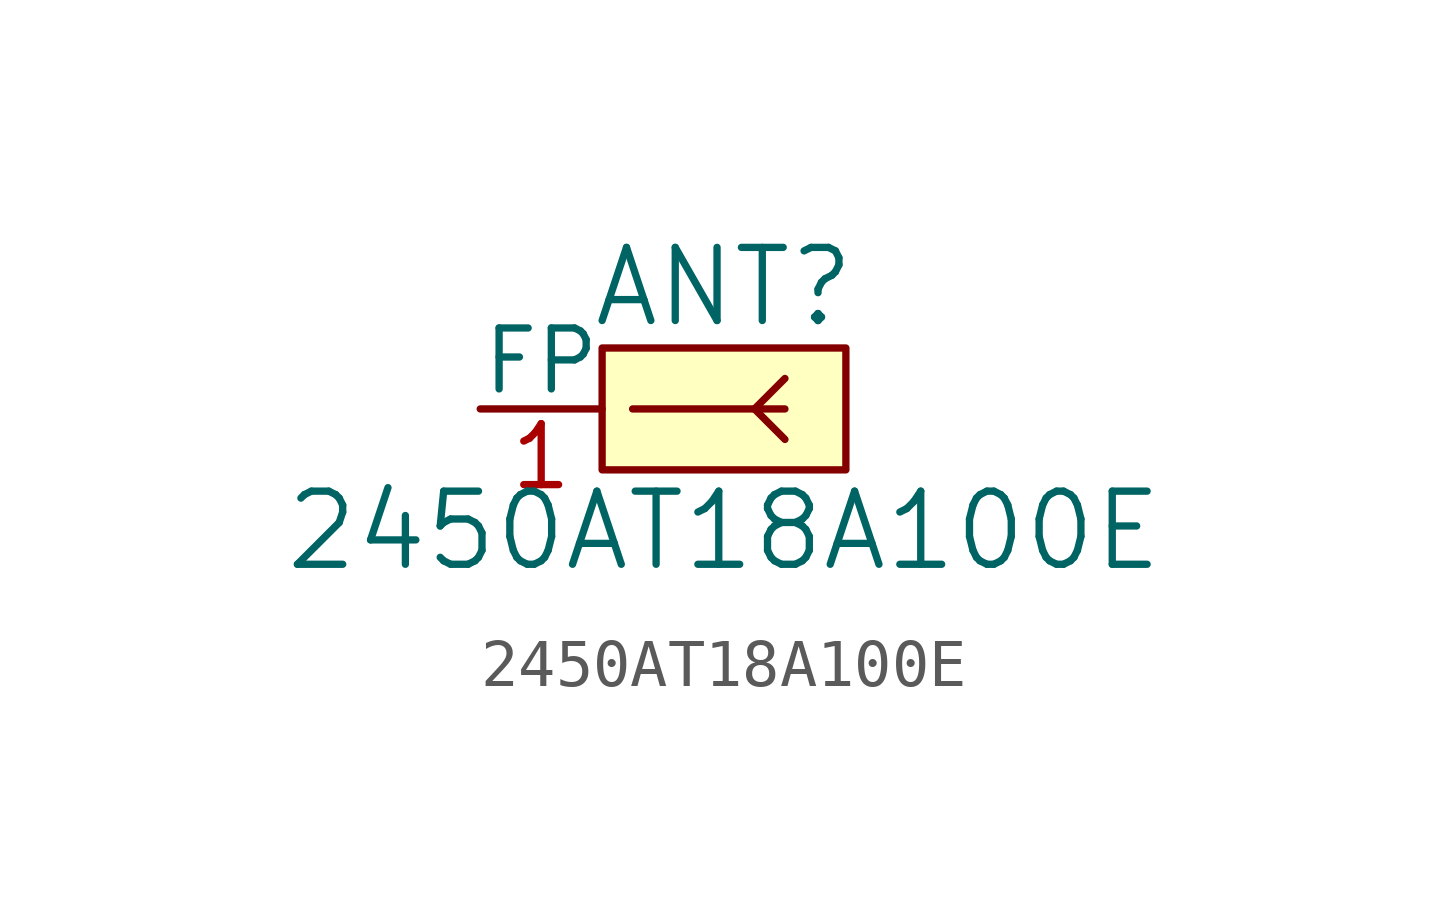
<source format=kicad_sym>
(kicad_symbol_lib
  (version 20220914)
  (generator kicad_symbol_editor)
  (symbol "2450AT18A100E"
    (pin_names
      (offset 0))
    (property "Reference" "ANT"
      (at 0 2.54 0)
      (effects (font (size 1.524 1.524))))
    (property "Value" "2450AT18A100E"
      (at 0 -2.54 0)
      (effects (font (size 1.524 1.524))))
    (symbol "2450AT18A100E_0_1"
      (rectangle (start -2.54 1.27) (end 2.54 -1.27) (stroke (width 0) (type default)) (fill (type background)))
      (polyline (pts (xy 0.635 0) (xy 1.27 -0.635)) (stroke (width 0) (type default)) (fill (type none)))
      (polyline (pts (xy 0.635 0) (xy 1.27 0)) (stroke (width 0) (type default)) (fill (type none)))
      (polyline (pts (xy -1.905 0) (xy 0.635 0) (xy 1.27 0.635)) (stroke (width 0) (type default)) (fill (type none))))
    (symbol "2450AT18A100E_1_1"
      (pin input line (at -5.08 0 0) (length 2.54) (name "FP" (effects (font (size 1.27 1.27)))) (number "1" (effects (font (size 1.27 1.27)))))
      (pin no_connect line (at 5.08 0 180) (length 2.54) hide (name "NC" (effects (font (size 1.27 1.27)))) (number "2" (effects (font (size 1.27 1.27))))))))
</source>
